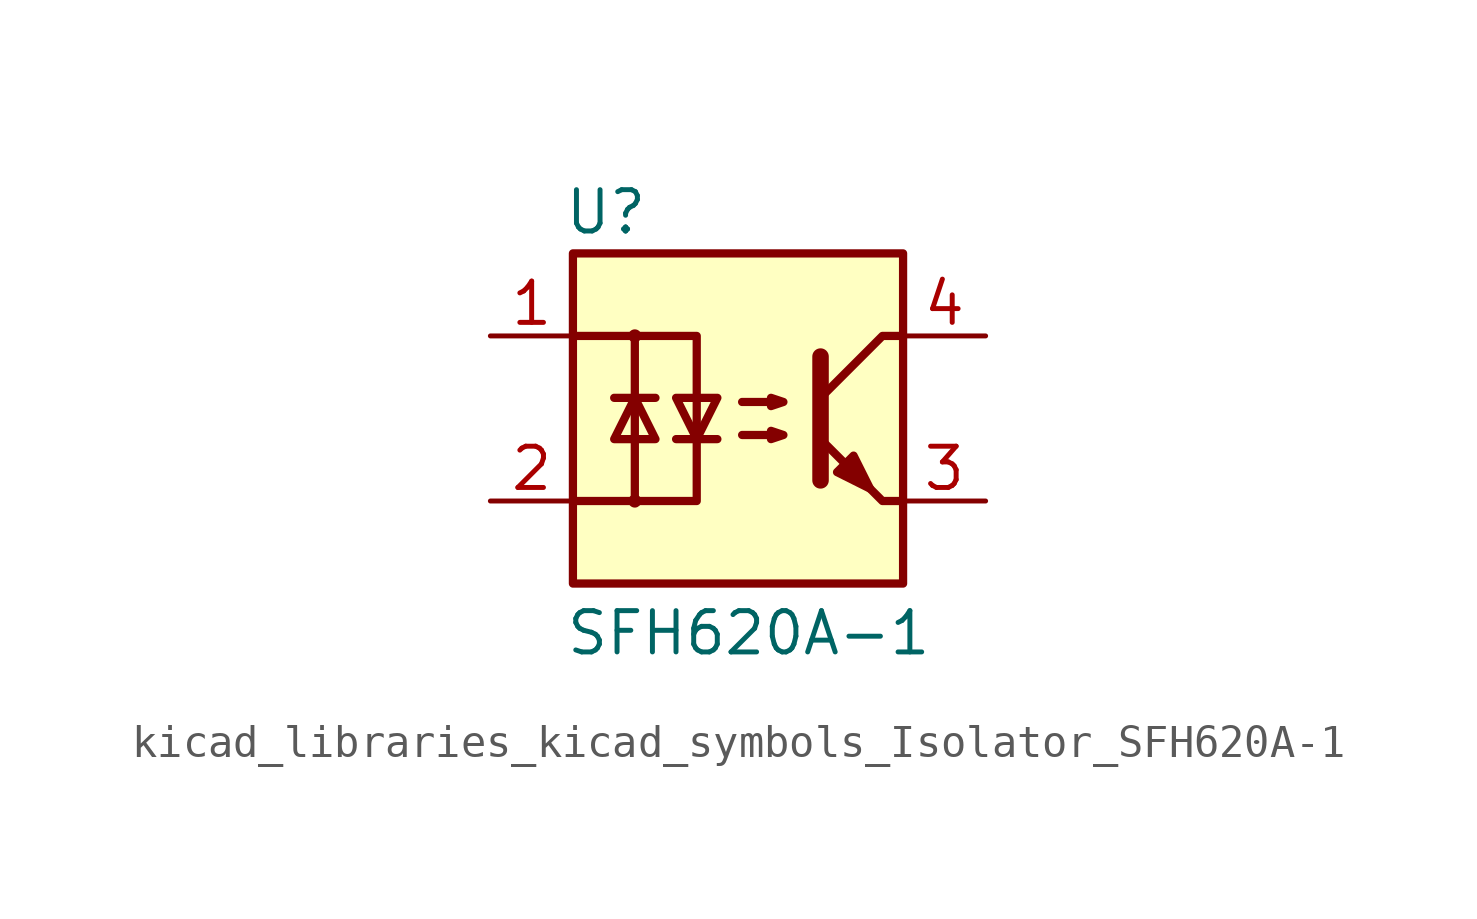
<source format=kicad_sym>
(kicad_symbol_lib
  (version 20220914)
  (generator kicad_symbol_editor)
  (symbol "kicad_libraries_kicad_symbols_Isolator_SFH620A-1"
    (pin_names
      (offset 1.016))
    (property "Reference" "U"
      (at -4.064 6.35 0)
      (effects (font (size 1.27 1.27))))
    (property "Value" "SFH620A-1"
      (at -5.334 -6.604 0)
      (effects (font (size 1.27 1.27)) (justify left)))
    (symbol "kicad_libraries_kicad_symbols_Isolator_SFH620A-1_0_1"
      (rectangle (start -5.08 5.08) (end 5.08 -5.08) (stroke (width 0.254) (type default)) (fill (type background))))
    (symbol "kicad_libraries_kicad_symbols_Isolator_SFH620A-1_1_1"
      (circle (center -3.175 -2.54) (radius 0.127) (stroke (width 0) (type default)) (fill (type none)))
      (circle (center -3.175 2.54) (radius 0.127) (stroke (width 0) (type default)) (fill (type none)))
      (polyline (pts (xy -3.81 0.635) (xy -2.54 0.635)) (stroke (width 0.254) (type default)) (fill (type none)))
      (polyline (pts (xy -1.905 -0.635) (xy -0.635 -0.635)) (stroke (width 0.254) (type default)) (fill (type none)))
      (polyline (pts (xy 2.54 1.905) (xy 2.54 -1.905) (xy 2.54 -1.905)) (stroke (width 0.508) (type default)) (fill (type none)))
      (polyline (pts (xy 5.08 -2.54) (xy 4.445 -2.54) (xy 2.54 -0.635)) (stroke (width 0.254) (type default)) (fill (type none)))
      (polyline (pts (xy 5.08 2.54) (xy 4.445 2.54) (xy 2.54 0.635)) (stroke (width 0.254) (type default)) (fill (type none)))
      (polyline (pts (xy -5.08 2.54) (xy -3.175 2.54) (xy -3.175 -2.54) (xy -5.08 -2.54)) (stroke (width 0.254) (type default)) (fill (type none)))
      (polyline (pts (xy -3.175 -2.54) (xy -1.27 -2.54) (xy -1.27 2.54) (xy -3.175 2.54)) (stroke (width 0.254) (type default)) (fill (type none)))
      (polyline (pts (xy -3.175 0.635) (xy -3.81 -0.635) (xy -2.54 -0.635) (xy -3.175 0.635)) (stroke (width 0.254) (type default)) (fill (type none)))
      (polyline (pts (xy -1.27 -0.635) (xy -1.905 0.635) (xy -0.635 0.635) (xy -1.27 -0.635)) (stroke (width 0.254) (type default)) (fill (type none)))
      (polyline (pts (xy 0.127 -0.508) (xy 1.397 -0.508) (xy 1.016 -0.635) (xy 1.016 -0.381) (xy 1.397 -0.508)) (stroke (width 0.254) (type default)) (fill (type none)))
      (polyline (pts (xy 0.127 0.508) (xy 1.397 0.508) (xy 1.016 0.381) (xy 1.016 0.635) (xy 1.397 0.508)) (stroke (width 0.254) (type default)) (fill (type none)))
      (polyline (pts (xy 3.048 -1.651) (xy 3.556 -1.143) (xy 4.064 -2.159) (xy 3.048 -1.651) (xy 3.048 -1.651)) (stroke (width 0.254) (type default)) (fill (type outline)))
      (pin passive line (at -7.62 2.54 0) (length 2.54) (name "~" (effects (font (size 1.27 1.27)))) (number "1" (effects (font (size 1.27 1.27)))))
      (pin passive line (at -7.62 -2.54 0) (length 2.54) (name "~" (effects (font (size 1.27 1.27)))) (number "2" (effects (font (size 1.27 1.27)))))
      (pin passive line (at 7.62 -2.54 180) (length 2.54) (name "~" (effects (font (size 1.27 1.27)))) (number "3" (effects (font (size 1.27 1.27)))))
      (pin passive line (at 7.62 2.54 180) (length 2.54) (name "~" (effects (font (size 1.27 1.27)))) (number "4" (effects (font (size 1.27 1.27))))))))
</source>
